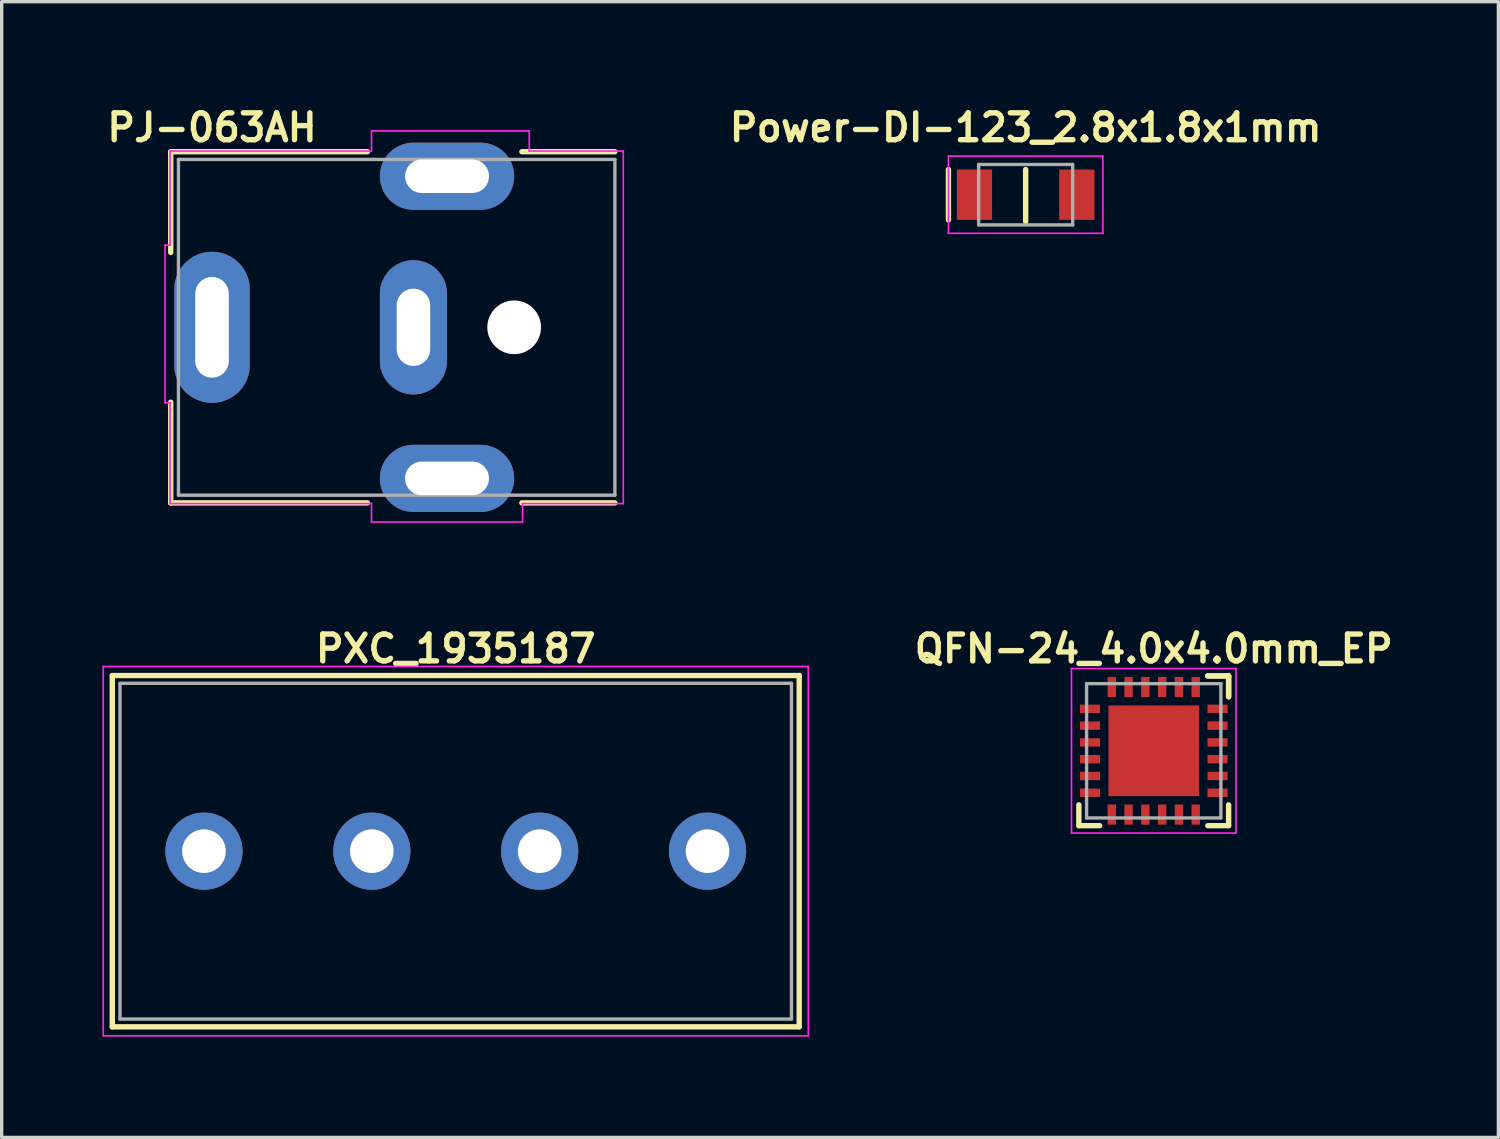
<source format=kicad_pcb>
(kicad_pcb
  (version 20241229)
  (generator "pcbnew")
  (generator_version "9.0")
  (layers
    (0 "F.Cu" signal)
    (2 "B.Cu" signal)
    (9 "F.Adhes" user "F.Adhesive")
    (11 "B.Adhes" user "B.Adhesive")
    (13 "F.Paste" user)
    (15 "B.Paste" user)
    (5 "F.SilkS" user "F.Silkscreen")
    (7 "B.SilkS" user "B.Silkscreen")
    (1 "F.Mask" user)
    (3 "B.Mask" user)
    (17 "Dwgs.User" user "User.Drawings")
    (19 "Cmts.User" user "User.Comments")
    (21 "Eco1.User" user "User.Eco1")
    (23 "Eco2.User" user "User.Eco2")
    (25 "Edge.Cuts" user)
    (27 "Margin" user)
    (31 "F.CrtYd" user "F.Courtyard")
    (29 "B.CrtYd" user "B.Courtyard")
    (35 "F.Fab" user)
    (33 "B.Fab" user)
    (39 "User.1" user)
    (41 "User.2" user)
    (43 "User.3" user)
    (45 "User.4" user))
  (footprint "PJ-063AH"
    (layer "F.Cu")
    (at 3.265 6.699)
    (property "Reference" "PJ-063AH" (at 0 -5.95 0) (layer "F.SilkS") (effects (font (size 0.8 0.8) (thickness 0.16))))
    (attr through_hole)
    (fp_line (start -1.23 -5.23) (end 4.63 -5.23) (stroke (width 0.16) (type solid)) (layer "F.SilkS"))
    (fp_line (start -1.23 -2.23) (end -1.23 -5.23) (stroke (width 0.16) (type solid)) (layer "F.SilkS"))
    (fp_line (start -1.23 5.23) (end -1.23 2.23) (stroke (width 0.16) (type solid)) (layer "F.SilkS"))
    (fp_line (start 4.63 5.23) (end -1.23 5.23) (stroke (width 0.16) (type solid)) (layer "F.SilkS"))
    (fp_line (start 9.23 -5.23) (end 12 -5.23) (stroke (width 0.16) (type solid)) (layer "F.SilkS"))
    (fp_line (start 12 5.23) (end 9.23 5.23) (stroke (width 0.16) (type solid)) (layer "F.SilkS"))
    (fp_line (start -1.4 -2.45) (end -1.25 -2.45) (stroke (width 0.05) (type solid)) (layer "F.CrtYd"))
    (fp_line (start -1.4 2.25) (end -1.4 -2.45) (stroke (width 0.05) (type solid)) (layer "F.CrtYd"))
    (fp_line (start -1.25 -5.25) (end 4.75 -5.25) (stroke (width 0.05) (type solid)) (layer "F.CrtYd"))
    (fp_line (start -1.25 -2.45) (end -1.25 -5.25) (stroke (width 0.05) (type solid)) (layer "F.CrtYd"))
    (fp_line (start -1.25 2.25) (end -1.4 2.25) (stroke (width 0.05) (type solid)) (layer "F.CrtYd"))
    (fp_line (start -1.25 5.25) (end -1.25 2.25) (stroke (width 0.05) (type solid)) (layer "F.CrtYd"))
    (fp_line (start 4.75 -5.85) (end 9.45 -5.85) (stroke (width 0.05) (type solid)) (layer "F.CrtYd"))
    (fp_line (start 4.75 -5.25) (end 4.75 -5.85) (stroke (width 0.05) (type solid)) (layer "F.CrtYd"))
    (fp_line (start 4.75 5.25) (end -1.25 5.25) (stroke (width 0.05) (type solid)) (layer "F.CrtYd"))
    (fp_line (start 4.75 5.8) (end 4.75 5.25) (stroke (width 0.05) (type solid)) (layer "F.CrtYd"))
    (fp_line (start 9.25 5.25) (end 9.25 5.8) (stroke (width 0.05) (type solid)) (layer "F.CrtYd"))
    (fp_line (start 9.25 5.8) (end 4.75 5.8) (stroke (width 0.05) (type solid)) (layer "F.CrtYd"))
    (fp_line (start 9.45 -5.85) (end 9.45 -5.25) (stroke (width 0.05) (type solid)) (layer "F.CrtYd"))
    (fp_line (start 9.45 -5.25) (end 12.25 -5.25) (stroke (width 0.05) (type solid)) (layer "F.CrtYd"))
    (fp_line (start 12.25 -5.25) (end 12.25 5.25) (stroke (width 0.05) (type solid)) (layer "F.CrtYd"))
    (fp_line (start 12.25 5.25) (end 9.25 5.25) (stroke (width 0.05) (type solid)) (layer "F.CrtYd"))
    (fp_line (start -1 -5) (end 12 -5) (stroke (width 0.1) (type solid)) (layer "F.Fab"))
    (fp_line (start -1 5) (end -1 -5) (stroke (width 0.1) (type solid)) (layer "F.Fab"))
    (fp_line (start 12 -5) (end 12 5) (stroke (width 0.1) (type solid)) (layer "F.Fab"))
    (fp_line (start 12 5) (end -1 5) (stroke (width 0.1) (type solid)) (layer "F.Fab"))
    (pad "" np_thru_hole circle (at 9 0) (size 1.6 1.6) (drill 1.6) (layers "*.Cu" "*.Mask"))
    (pad "1" thru_hole oval (at 0 0) (size 2.25 4.5) (drill oval 1 3) (layers "*.Cu" "*.Mask"))
    (pad "2" thru_hole oval (at 6 0) (size 2 4) (drill oval 1 2.3) (layers "*.Cu" "*.Mask"))
    (pad "MP" thru_hole oval (at 7 -4.5) (size 4 2) (drill oval 2.5 1) (layers "*.Cu" "*.Mask"))
    (pad "MP" thru_hole oval (at 7 4.5) (size 4 2) (drill oval 2.5 1) (layers "*.Cu" "*.Mask")))
  (footprint "QFN-24_4.0x4.0mm_EP"
    (layer "F.Cu")
    (at 31.315 19.313)
    (property "Reference" "QFN-24_4.0x4.0mm_EP" (at 0 -3.04 0) (layer "F.SilkS") (effects (font (size 0.8 0.8) (thickness 0.16))))
    (attr through_hole)
    (fp_line (start -2.23 2.23) (end -2.23 1.61) (stroke (width 0.16) (type solid)) (layer "F.SilkS"))
    (fp_line (start -1.61 2.23) (end -2.23 2.23) (stroke (width 0.16) (type solid)) (layer "F.SilkS"))
    (fp_line (start 1.61 -2.23) (end 2.23 -2.23) (stroke (width 0.16) (type solid)) (layer "F.SilkS"))
    (fp_line (start 1.61 -2.23) (end 2.23 -2.23) (stroke (width 0.16) (type solid)) (layer "F.SilkS"))
    (fp_line (start 2.23 -2.23) (end 2.23 -1.61) (stroke (width 0.16) (type solid)) (layer "F.SilkS"))
    (fp_line (start 2.23 -2.23) (end 2.23 -1.61) (stroke (width 0.16) (type solid)) (layer "F.SilkS"))
    (fp_line (start 2.23 1.61) (end 2.23 2.23) (stroke (width 0.16) (type solid)) (layer "F.SilkS"))
    (fp_line (start 2.23 2.23) (end 1.61 2.23) (stroke (width 0.16) (type solid)) (layer "F.SilkS"))
    (fp_line (start -2.45 -2.45) (end -2.45 2.45) (stroke (width 0.05) (type solid)) (layer "F.CrtYd"))
    (fp_line (start -2.45 2.45) (end 2.45 2.45) (stroke (width 0.05) (type solid)) (layer "F.CrtYd"))
    (fp_line (start 2.45 -2.45) (end -2.45 -2.45) (stroke (width 0.05) (type solid)) (layer "F.CrtYd"))
    (fp_line (start 2.45 2.45) (end 2.45 -2.45) (stroke (width 0.05) (type solid)) (layer "F.CrtYd"))
    (fp_line (start -2 -2) (end 2 -2) (stroke (width 0.1) (type solid)) (layer "F.Fab"))
    (fp_line (start -2 2) (end -2 -2) (stroke (width 0.1) (type solid)) (layer "F.Fab"))
    (fp_line (start 2 -2) (end 2 2) (stroke (width 0.1) (type solid)) (layer "F.Fab"))
    (fp_line (start 2 2) (end -2 2) (stroke (width 0.1) (type solid)) (layer "F.Fab"))
    (pad "" smd rect (at -0.675 -0.675) (size 1.2 1.2) (layers "F.Paste"))
    (pad "" smd rect (at -0.675 0.675) (size 1.2 1.2) (layers "F.Paste"))
    (pad "" smd rect (at 0.675 -0.675) (size 1.2 1.2) (layers "F.Paste"))
    (pad "" smd rect (at 0.675 0.675) (size 1.2 1.2) (layers "F.Paste"))
    (pad "1" smd rect (at -1.9 -1.25) (size 0.6 0.25) (layers "F.Cu" "F.Mask" "F.Paste"))
    (pad "2" smd rect (at -1.9 -0.75) (size 0.6 0.25) (layers "F.Cu" "F.Mask" "F.Paste"))
    (pad "3" smd rect (at -1.9 -0.25) (size 0.6 0.25) (layers "F.Cu" "F.Mask" "F.Paste"))
    (pad "4" smd rect (at -1.9 0.25) (size 0.6 0.25) (layers "F.Cu" "F.Mask" "F.Paste"))
    (pad "5" smd rect (at -1.9 0.75) (size 0.6 0.25) (layers "F.Cu" "F.Mask" "F.Paste"))
    (pad "6" smd rect (at -1.9 1.25) (size 0.6 0.25) (layers "F.Cu" "F.Mask" "F.Paste"))
    (pad "7" smd rect (at -1.25 1.9 90) (size 0.6 0.25) (layers "F.Cu" "F.Mask" "F.Paste"))
    (pad "8" smd rect (at -0.75 1.9 90) (size 0.6 0.25) (layers "F.Cu" "F.Mask" "F.Paste"))
    (pad "9" smd rect (at -0.25 1.9 90) (size 0.6 0.25) (layers "F.Cu" "F.Mask" "F.Paste"))
    (pad "10" smd rect (at 0.25 1.9 90) (size 0.6 0.25) (layers "F.Cu" "F.Mask" "F.Paste"))
    (pad "11" smd rect (at 0.75 1.9 90) (size 0.6 0.25) (layers "F.Cu" "F.Mask" "F.Paste"))
    (pad "12" smd rect (at 1.25 1.9 90) (size 0.6 0.25) (layers "F.Cu" "F.Mask" "F.Paste"))
    (pad "13" smd rect (at 1.9 1.25 180) (size 0.6 0.25) (layers "F.Cu" "F.Mask" "F.Paste"))
    (pad "14" smd rect (at 1.9 0.75 180) (size 0.6 0.25) (layers "F.Cu" "F.Mask" "F.Paste"))
    (pad "15" smd rect (at 1.9 0.25 180) (size 0.6 0.25) (layers "F.Cu" "F.Mask" "F.Paste"))
    (pad "16" smd rect (at 1.9 -0.25 180) (size 0.6 0.25) (layers "F.Cu" "F.Mask" "F.Paste"))
    (pad "17" smd rect (at 1.9 -0.75 180) (size 0.6 0.25) (layers "F.Cu" "F.Mask" "F.Paste"))
    (pad "18" smd rect (at 1.9 -1.25 180) (size 0.6 0.25) (layers "F.Cu" "F.Mask" "F.Paste"))
    (pad "19" smd rect (at 1.25 -1.9 270) (size 0.6 0.25) (layers "F.Cu" "F.Mask" "F.Paste"))
    (pad "20" smd rect (at 0.75 -1.9 270) (size 0.6 0.25) (layers "F.Cu" "F.Mask" "F.Paste"))
    (pad "21" smd rect (at 0.25 -1.9 270) (size 0.6 0.25) (layers "F.Cu" "F.Mask" "F.Paste"))
    (pad "22" smd rect (at -0.25 -1.9 270) (size 0.6 0.25) (layers "F.Cu" "F.Mask" "F.Paste"))
    (pad "23" smd rect (at -0.75 -1.9 270) (size 0.6 0.25) (layers "F.Cu" "F.Mask" "F.Paste"))
    (pad "24" smd rect (at -1.25 -1.9 270) (size 0.6 0.25) (layers "F.Cu" "F.Mask" "F.Paste"))
    (pad "25" smd rect (at 0 0 270) (size 2.7 2.7) (layers "F.Cu" "F.Mask")))
  (footprint "PXC_1935187"
    (layer "F.Cu")
    (at 10.525 22.303)
    (property "Reference" "PXC_1935187" (at 0 -6.03 0) (layer "F.SilkS") (effects (font (size 0.8 0.8) (thickness 0.16))))
    (attr through_hole)
    (fp_line (start -10.23 -5.232) (end 10.23 -5.232) (stroke (width 0.16) (type solid)) (layer "F.SilkS"))
    (fp_line (start -10.23 -5.23) (end -10.23 5.232) (stroke (width 0.16) (type solid)) (layer "F.SilkS"))
    (fp_line (start 10.23 5.23) (end 10.23 -5.232) (stroke (width 0.16) (type solid)) (layer "F.SilkS"))
    (fp_line (start 10.23 5.232) (end -10.23 5.232) (stroke (width 0.16) (type solid)) (layer "F.SilkS"))
    (fp_line (start -10.5 -5.5) (end -10.5 5.5) (stroke (width 0.05) (type solid)) (layer "F.CrtYd"))
    (fp_line (start -10.5 -5.5) (end 10.5 -5.5) (stroke (width 0.05) (type solid)) (layer "F.CrtYd"))
    (fp_line (start 10.5 5.5) (end -10.5 5.5) (stroke (width 0.05) (type solid)) (layer "F.CrtYd"))
    (fp_line (start 10.5 5.5) (end 10.5 -5.5) (stroke (width 0.05) (type solid)) (layer "F.CrtYd"))
    (fp_line (start -10 5) (end -10 -5) (stroke (width 0.1) (type solid)) (layer "F.Fab"))
    (fp_line (start -10 5) (end 10 5) (stroke (width 0.1) (type solid)) (layer "F.Fab"))
    (fp_line (start 10 -5) (end -10 -5) (stroke (width 0.1) (type solid)) (layer "F.Fab"))
    (fp_line (start 10 -5) (end 10 5) (stroke (width 0.1) (type solid)) (layer "F.Fab"))
    (pad "1" thru_hole circle (at -7.5 0) (size 2.3 2.3) (drill 1.3) (layers "*.Cu" "*.Mask"))
    (pad "2" thru_hole circle (at -2.5 0) (size 2.3 2.3) (drill 1.3) (layers "*.Cu" "*.Mask"))
    (pad "3" thru_hole circle (at 2.5 0) (size 2.3 2.3) (drill 1.3) (layers "*.Cu" "*.Mask"))
    (pad "4" thru_hole circle (at 7.5 0) (size 2.3 2.3) (drill 1.3) (layers "*.Cu" "*.Mask")))
  (footprint "Power-DI-123_2.8x1.8x1mm"
    (layer "F.Cu")
    (at 27.5 2.749)
    (property "Reference" "Power-DI-123_2.8x1.8x1mm" (at 0 -2 0) (layer "F.SilkS") (effects (font (size 0.8 0.8) (thickness 0.16))))
    (attr through_hole)
    (fp_line (start -2.3 -0.75) (end -2.3 0.75) (stroke (width 0.16) (type solid)) (layer "F.SilkS"))
    (fp_line (start 0 -0.75) (end 0 0.8) (stroke (width 0.16) (type solid)) (layer "F.SilkS"))
    (fp_line (start -2.3 -1.15) (end -2.3 1.15) (stroke (width 0.05) (type solid)) (layer "F.CrtYd"))
    (fp_line (start -2.3 -1.15) (end 2.3 -1.15) (stroke (width 0.05) (type solid)) (layer "F.CrtYd"))
    (fp_line (start 2.3 1.15) (end -2.3 1.15) (stroke (width 0.05) (type solid)) (layer "F.CrtYd"))
    (fp_line (start 2.3 1.15) (end 2.3 -1.15) (stroke (width 0.05) (type solid)) (layer "F.CrtYd"))
    (fp_line (start -1.4 -0.9) (end -1.4 0.9) (stroke (width 0.1) (type solid)) (layer "F.Fab"))
    (fp_line (start -1.4 -0.9) (end 1.4 -0.9) (stroke (width 0.1) (type solid)) (layer "F.Fab"))
    (fp_line (start 1.4 -0.9) (end 1.4 0.9) (stroke (width 0.1) (type solid)) (layer "F.Fab"))
    (fp_line (start 1.4 0.9) (end -1.4 0.9) (stroke (width 0.1) (type solid)) (layer "F.Fab"))
    (pad "1" smd rect (at -1.525 0) (size 1.05 1.5) (layers "F.Cu" "F.Mask" "F.Paste"))
    (pad "2" smd rect (at 1.525 0) (size 1.05 1.5) (layers "F.Cu" "F.Mask" "F.Paste")))
  (gr_rect
    (start -3 -3)
    (end 41.58 30.828)
    (stroke (width 0.1) (type default))
    (fill no)
    (layer "Edge.Cuts")))
</source>
